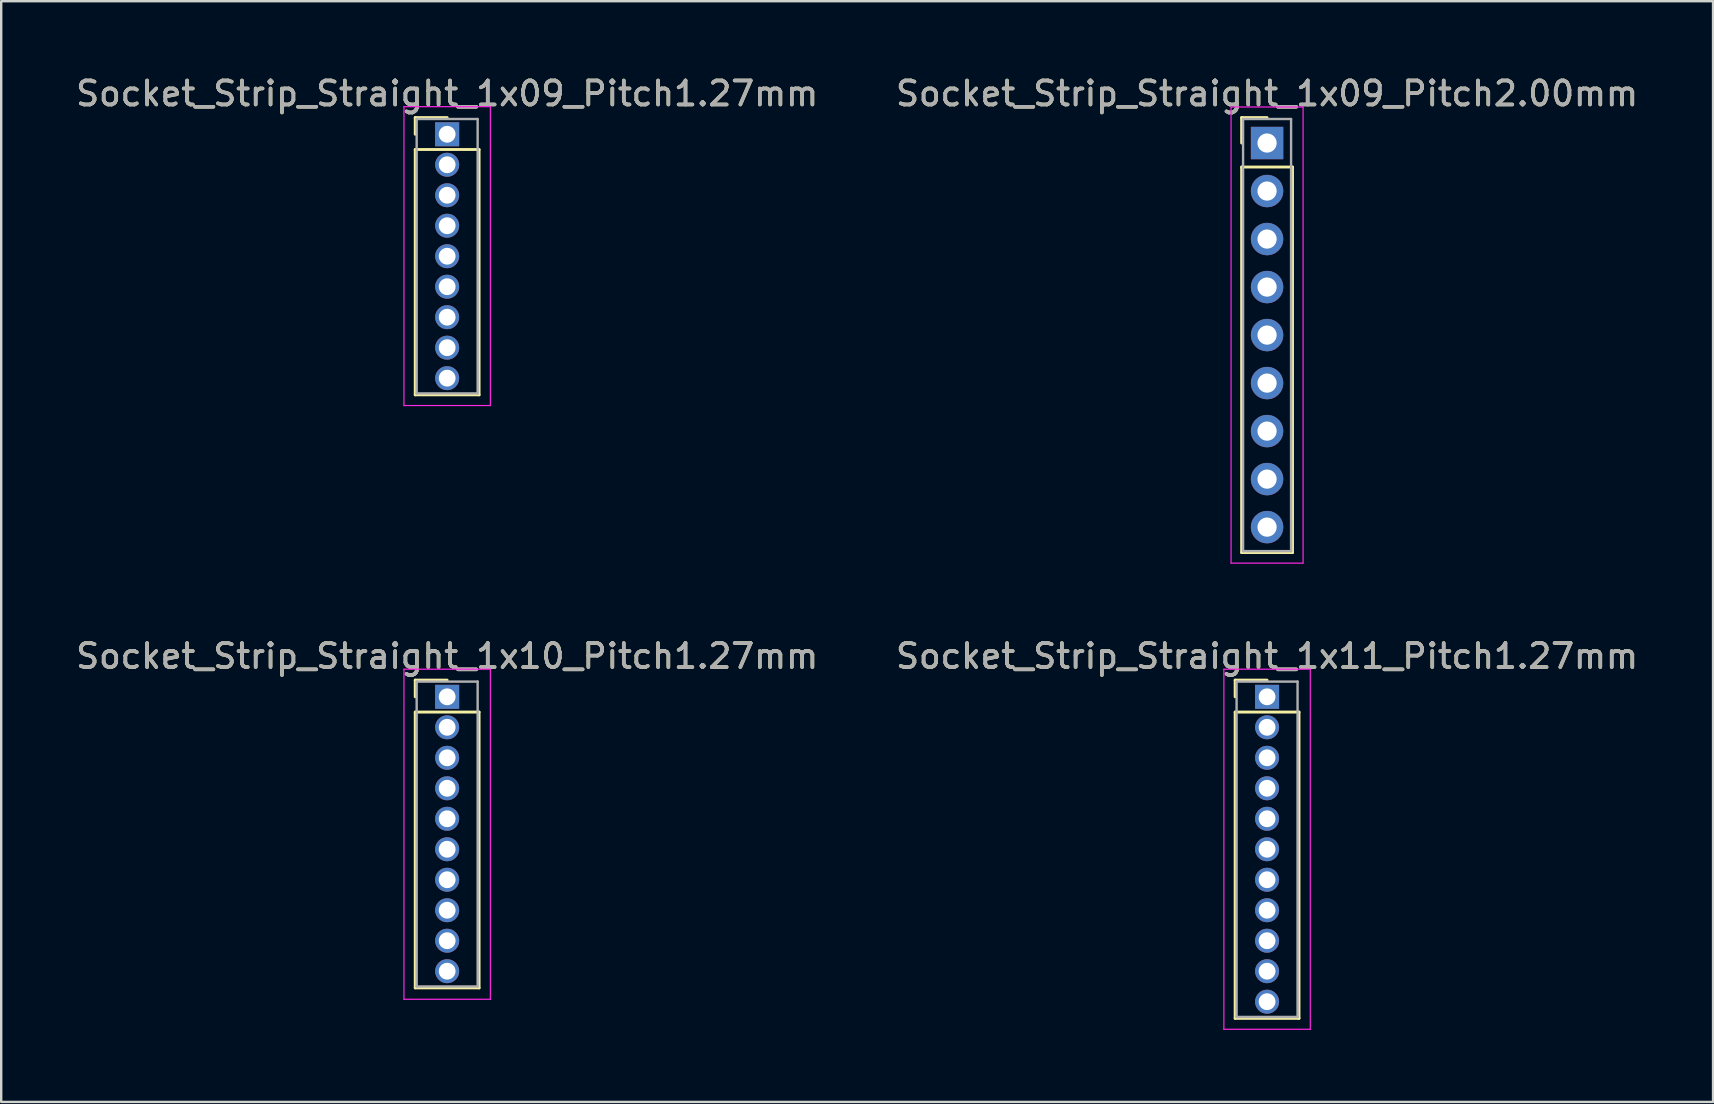
<source format=kicad_pcb>
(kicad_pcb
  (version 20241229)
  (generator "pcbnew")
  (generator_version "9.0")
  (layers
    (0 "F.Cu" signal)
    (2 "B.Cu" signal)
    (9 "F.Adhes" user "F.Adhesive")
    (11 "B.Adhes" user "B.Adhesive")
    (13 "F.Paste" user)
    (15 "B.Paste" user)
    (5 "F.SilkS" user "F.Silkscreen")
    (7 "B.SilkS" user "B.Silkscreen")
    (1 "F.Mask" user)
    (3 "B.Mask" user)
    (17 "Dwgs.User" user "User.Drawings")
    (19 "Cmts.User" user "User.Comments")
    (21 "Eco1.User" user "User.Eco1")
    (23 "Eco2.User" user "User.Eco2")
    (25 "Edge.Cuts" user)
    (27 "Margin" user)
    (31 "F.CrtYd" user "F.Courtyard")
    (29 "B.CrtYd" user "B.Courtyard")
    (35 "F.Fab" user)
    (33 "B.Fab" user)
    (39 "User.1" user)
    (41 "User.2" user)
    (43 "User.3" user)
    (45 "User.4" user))
  (footprint "Socket_Strip_Straight_1x11_Pitch1.27mm"
    (layer "F.Cu")
    (at 49.732 25.977)
    (property "Reference" "Socket_Strip_Straight_1x11_Pitch1.27mm" (at 0 -1.695 0) (layer "F.SilkS") (effects (font (size 1 1) (thickness 0.15))))
    (attr through_hole)
    (fp_line (start -1.33 -0.695) (end 0 -0.695) (stroke (width 0.12) (type solid)) (layer "F.SilkS"))
    (fp_line (start -1.33 0) (end -1.33 -0.695) (stroke (width 0.12) (type solid)) (layer "F.SilkS"))
    (fp_line (start -1.33 0.635) (end -1.33 13.395) (stroke (width 0.12) (type solid)) (layer "F.SilkS"))
    (fp_line (start -1.33 13.395) (end 1.33 13.395) (stroke (width 0.12) (type solid)) (layer "F.SilkS"))
    (fp_line (start 1.33 0.635) (end -1.33 0.635) (stroke (width 0.12) (type solid)) (layer "F.SilkS"))
    (fp_line (start 1.33 13.395) (end 1.33 0.635) (stroke (width 0.12) (type solid)) (layer "F.SilkS"))
    (fp_line (start -1.8 -1.15) (end -1.8 13.85) (stroke (width 0.05) (type solid)) (layer "F.CrtYd"))
    (fp_line (start -1.8 13.85) (end 1.8 13.85) (stroke (width 0.05) (type solid)) (layer "F.CrtYd"))
    (fp_line (start 1.8 -1.15) (end -1.8 -1.15) (stroke (width 0.05) (type solid)) (layer "F.CrtYd"))
    (fp_line (start 1.8 13.85) (end 1.8 -1.15) (stroke (width 0.05) (type solid)) (layer "F.CrtYd"))
    (fp_line (start -1.27 -0.635) (end -1.27 13.335) (stroke (width 0.1) (type solid)) (layer "F.Fab"))
    (fp_line (start -1.27 13.335) (end 1.27 13.335) (stroke (width 0.1) (type solid)) (layer "F.Fab"))
    (fp_line (start 1.27 -0.635) (end -1.27 -0.635) (stroke (width 0.1) (type solid)) (layer "F.Fab"))
    (fp_line (start 1.27 13.335) (end 1.27 -0.635) (stroke (width 0.1) (type solid)) (layer "F.Fab"))
    (fp_text user "${REFERENCE}" (at 0 -1.695 0) (layer "F.Fab") (effects (font (size 1 1) (thickness 0.15))))
    (pad "1" thru_hole rect (at 0 0) (size 1 1) (drill 0.7) (layers "*.Cu" "*.Mask"))
    (pad "2" thru_hole oval (at 0 1.27) (size 1 1) (drill 0.7) (layers "*.Cu" "*.Mask"))
    (pad "3" thru_hole oval (at 0 2.54) (size 1 1) (drill 0.7) (layers "*.Cu" "*.Mask"))
    (pad "4" thru_hole oval (at 0 3.81) (size 1 1) (drill 0.7) (layers "*.Cu" "*.Mask"))
    (pad "5" thru_hole oval (at 0 5.08) (size 1 1) (drill 0.7) (layers "*.Cu" "*.Mask"))
    (pad "6" thru_hole oval (at 0 6.35) (size 1 1) (drill 0.7) (layers "*.Cu" "*.Mask"))
    (pad "7" thru_hole oval (at 0 7.62) (size 1 1) (drill 0.7) (layers "*.Cu" "*.Mask"))
    (pad "8" thru_hole oval (at 0 8.89) (size 1 1) (drill 0.7) (layers "*.Cu" "*.Mask"))
    (pad "9" thru_hole oval (at 0 10.16) (size 1 1) (drill 0.7) (layers "*.Cu" "*.Mask"))
    (pad "10" thru_hole oval (at 0 11.43) (size 1 1) (drill 0.7) (layers "*.Cu" "*.Mask"))
    (pad "11" thru_hole oval (at 0 12.7) (size 1 1) (drill 0.7) (layers "*.Cu" "*.Mask")))
  (footprint "Socket_Strip_Straight_1x09_Pitch1.27mm"
    (layer "F.Cu")
    (at 15.577 2.543)
    (property "Reference" "Socket_Strip_Straight_1x09_Pitch1.27mm" (at 0 -1.695 0) (layer "F.SilkS") (effects (font (size 1 1) (thickness 0.15))))
    (attr through_hole)
    (fp_line (start -1.33 -0.695) (end 0 -0.695) (stroke (width 0.12) (type solid)) (layer "F.SilkS"))
    (fp_line (start -1.33 0) (end -1.33 -0.695) (stroke (width 0.12) (type solid)) (layer "F.SilkS"))
    (fp_line (start -1.33 0.635) (end -1.33 10.855) (stroke (width 0.12) (type solid)) (layer "F.SilkS"))
    (fp_line (start -1.33 10.855) (end 1.33 10.855) (stroke (width 0.12) (type solid)) (layer "F.SilkS"))
    (fp_line (start 1.33 0.635) (end -1.33 0.635) (stroke (width 0.12) (type solid)) (layer "F.SilkS"))
    (fp_line (start 1.33 10.855) (end 1.33 0.635) (stroke (width 0.12) (type solid)) (layer "F.SilkS"))
    (fp_line (start -1.8 -1.15) (end -1.8 11.3) (stroke (width 0.05) (type solid)) (layer "F.CrtYd"))
    (fp_line (start -1.8 11.3) (end 1.8 11.3) (stroke (width 0.05) (type solid)) (layer "F.CrtYd"))
    (fp_line (start 1.8 -1.15) (end -1.8 -1.15) (stroke (width 0.05) (type solid)) (layer "F.CrtYd"))
    (fp_line (start 1.8 11.3) (end 1.8 -1.15) (stroke (width 0.05) (type solid)) (layer "F.CrtYd"))
    (fp_line (start -1.27 -0.635) (end -1.27 10.795) (stroke (width 0.1) (type solid)) (layer "F.Fab"))
    (fp_line (start -1.27 10.795) (end 1.27 10.795) (stroke (width 0.1) (type solid)) (layer "F.Fab"))
    (fp_line (start 1.27 -0.635) (end -1.27 -0.635) (stroke (width 0.1) (type solid)) (layer "F.Fab"))
    (fp_line (start 1.27 10.795) (end 1.27 -0.635) (stroke (width 0.1) (type solid)) (layer "F.Fab"))
    (fp_text user "${REFERENCE}" (at 0 -1.695 0) (layer "F.Fab") (effects (font (size 1 1) (thickness 0.15))))
    (pad "1" thru_hole rect (at 0 0) (size 1 1) (drill 0.7) (layers "*.Cu" "*.Mask"))
    (pad "2" thru_hole oval (at 0 1.27) (size 1 1) (drill 0.7) (layers "*.Cu" "*.Mask"))
    (pad "3" thru_hole oval (at 0 2.54) (size 1 1) (drill 0.7) (layers "*.Cu" "*.Mask"))
    (pad "4" thru_hole oval (at 0 3.81) (size 1 1) (drill 0.7) (layers "*.Cu" "*.Mask"))
    (pad "5" thru_hole oval (at 0 5.08) (size 1 1) (drill 0.7) (layers "*.Cu" "*.Mask"))
    (pad "6" thru_hole oval (at 0 6.35) (size 1 1) (drill 0.7) (layers "*.Cu" "*.Mask"))
    (pad "7" thru_hole oval (at 0 7.62) (size 1 1) (drill 0.7) (layers "*.Cu" "*.Mask"))
    (pad "8" thru_hole oval (at 0 8.89) (size 1 1) (drill 0.7) (layers "*.Cu" "*.Mask"))
    (pad "9" thru_hole oval (at 0 10.16) (size 1 1) (drill 0.7) (layers "*.Cu" "*.Mask")))
  (footprint "Socket_Strip_Straight_1x10_Pitch1.27mm"
    (layer "F.Cu")
    (at 15.577 25.977)
    (property "Reference" "Socket_Strip_Straight_1x10_Pitch1.27mm" (at 0 -1.695 0) (layer "F.SilkS") (effects (font (size 1 1) (thickness 0.15))))
    (attr through_hole)
    (fp_line (start -1.33 -0.695) (end 0 -0.695) (stroke (width 0.12) (type solid)) (layer "F.SilkS"))
    (fp_line (start -1.33 0) (end -1.33 -0.695) (stroke (width 0.12) (type solid)) (layer "F.SilkS"))
    (fp_line (start -1.33 0.635) (end -1.33 12.125) (stroke (width 0.12) (type solid)) (layer "F.SilkS"))
    (fp_line (start -1.33 12.125) (end 1.33 12.125) (stroke (width 0.12) (type solid)) (layer "F.SilkS"))
    (fp_line (start 1.33 0.635) (end -1.33 0.635) (stroke (width 0.12) (type solid)) (layer "F.SilkS"))
    (fp_line (start 1.33 12.125) (end 1.33 0.635) (stroke (width 0.12) (type solid)) (layer "F.SilkS"))
    (fp_line (start -1.8 -1.15) (end -1.8 12.6) (stroke (width 0.05) (type solid)) (layer "F.CrtYd"))
    (fp_line (start -1.8 12.6) (end 1.8 12.6) (stroke (width 0.05) (type solid)) (layer "F.CrtYd"))
    (fp_line (start 1.8 -1.15) (end -1.8 -1.15) (stroke (width 0.05) (type solid)) (layer "F.CrtYd"))
    (fp_line (start 1.8 12.6) (end 1.8 -1.15) (stroke (width 0.05) (type solid)) (layer "F.CrtYd"))
    (fp_line (start -1.27 -0.635) (end -1.27 12.065) (stroke (width 0.1) (type solid)) (layer "F.Fab"))
    (fp_line (start -1.27 12.065) (end 1.27 12.065) (stroke (width 0.1) (type solid)) (layer "F.Fab"))
    (fp_line (start 1.27 -0.635) (end -1.27 -0.635) (stroke (width 0.1) (type solid)) (layer "F.Fab"))
    (fp_line (start 1.27 12.065) (end 1.27 -0.635) (stroke (width 0.1) (type solid)) (layer "F.Fab"))
    (fp_text user "${REFERENCE}" (at 0 -1.695 0) (layer "F.Fab") (effects (font (size 1 1) (thickness 0.15))))
    (pad "1" thru_hole rect (at 0 0) (size 1 1) (drill 0.7) (layers "*.Cu" "*.Mask"))
    (pad "2" thru_hole oval (at 0 1.27) (size 1 1) (drill 0.7) (layers "*.Cu" "*.Mask"))
    (pad "3" thru_hole oval (at 0 2.54) (size 1 1) (drill 0.7) (layers "*.Cu" "*.Mask"))
    (pad "4" thru_hole oval (at 0 3.81) (size 1 1) (drill 0.7) (layers "*.Cu" "*.Mask"))
    (pad "5" thru_hole oval (at 0 5.08) (size 1 1) (drill 0.7) (layers "*.Cu" "*.Mask"))
    (pad "6" thru_hole oval (at 0 6.35) (size 1 1) (drill 0.7) (layers "*.Cu" "*.Mask"))
    (pad "7" thru_hole oval (at 0 7.62) (size 1 1) (drill 0.7) (layers "*.Cu" "*.Mask"))
    (pad "8" thru_hole oval (at 0 8.89) (size 1 1) (drill 0.7) (layers "*.Cu" "*.Mask"))
    (pad "9" thru_hole oval (at 0 10.16) (size 1 1) (drill 0.7) (layers "*.Cu" "*.Mask"))
    (pad "10" thru_hole oval (at 0 11.43) (size 1 1) (drill 0.7) (layers "*.Cu" "*.Mask")))
  (footprint "Socket_Strip_Straight_1x09_Pitch2.00mm"
    (layer "F.Cu")
    (at 49.732 2.908)
    (property "Reference" "Socket_Strip_Straight_1x09_Pitch2.00mm" (at 0 -2.06 0) (layer "F.SilkS") (effects (font (size 1 1) (thickness 0.15))))
    (attr through_hole)
    (fp_line (start -1.06 -1.06) (end 0 -1.06) (stroke (width 0.12) (type solid)) (layer "F.SilkS"))
    (fp_line (start -1.06 0) (end -1.06 -1.06) (stroke (width 0.12) (type solid)) (layer "F.SilkS"))
    (fp_line (start -1.06 1) (end -1.06 17.06) (stroke (width 0.12) (type solid)) (layer "F.SilkS"))
    (fp_line (start -1.06 17.06) (end 1.06 17.06) (stroke (width 0.12) (type solid)) (layer "F.SilkS"))
    (fp_line (start 1.06 1) (end -1.06 1) (stroke (width 0.12) (type solid)) (layer "F.SilkS"))
    (fp_line (start 1.06 17.06) (end 1.06 1) (stroke (width 0.12) (type solid)) (layer "F.SilkS"))
    (fp_line (start -1.5 -1.5) (end -1.5 17.5) (stroke (width 0.05) (type solid)) (layer "F.CrtYd"))
    (fp_line (start -1.5 17.5) (end 1.5 17.5) (stroke (width 0.05) (type solid)) (layer "F.CrtYd"))
    (fp_line (start 1.5 -1.5) (end -1.5 -1.5) (stroke (width 0.05) (type solid)) (layer "F.CrtYd"))
    (fp_line (start 1.5 17.5) (end 1.5 -1.5) (stroke (width 0.05) (type solid)) (layer "F.CrtYd"))
    (fp_line (start -1 -1) (end -1 17) (stroke (width 0.1) (type solid)) (layer "F.Fab"))
    (fp_line (start -1 17) (end 1 17) (stroke (width 0.1) (type solid)) (layer "F.Fab"))
    (fp_line (start 1 -1) (end -1 -1) (stroke (width 0.1) (type solid)) (layer "F.Fab"))
    (fp_line (start 1 17) (end 1 -1) (stroke (width 0.1) (type solid)) (layer "F.Fab"))
    (fp_text user "${REFERENCE}" (at 0 -2.06 0) (layer "F.Fab") (effects (font (size 1 1) (thickness 0.15))))
    (pad "1" thru_hole rect (at 0 0) (size 1.35 1.35) (drill 0.8) (layers "*.Cu" "*.Mask"))
    (pad "2" thru_hole oval (at 0 2) (size 1.35 1.35) (drill 0.8) (layers "*.Cu" "*.Mask"))
    (pad "3" thru_hole oval (at 0 4) (size 1.35 1.35) (drill 0.8) (layers "*.Cu" "*.Mask"))
    (pad "4" thru_hole oval (at 0 6) (size 1.35 1.35) (drill 0.8) (layers "*.Cu" "*.Mask"))
    (pad "5" thru_hole oval (at 0 8) (size 1.35 1.35) (drill 0.8) (layers "*.Cu" "*.Mask"))
    (pad "6" thru_hole oval (at 0 10) (size 1.35 1.35) (drill 0.8) (layers "*.Cu" "*.Mask"))
    (pad "7" thru_hole oval (at 0 12) (size 1.35 1.35) (drill 0.8) (layers "*.Cu" "*.Mask"))
    (pad "8" thru_hole oval (at 0 14) (size 1.35 1.35) (drill 0.8) (layers "*.Cu" "*.Mask"))
    (pad "9" thru_hole oval (at 0 16) (size 1.35 1.35) (drill 0.8) (layers "*.Cu" "*.Mask")))
  (gr_rect
    (start -3 -3)
    (end 68.31 42.852)
    (stroke (width 0.1) (type default))
    (fill no)
    (layer "Edge.Cuts")))
</source>
